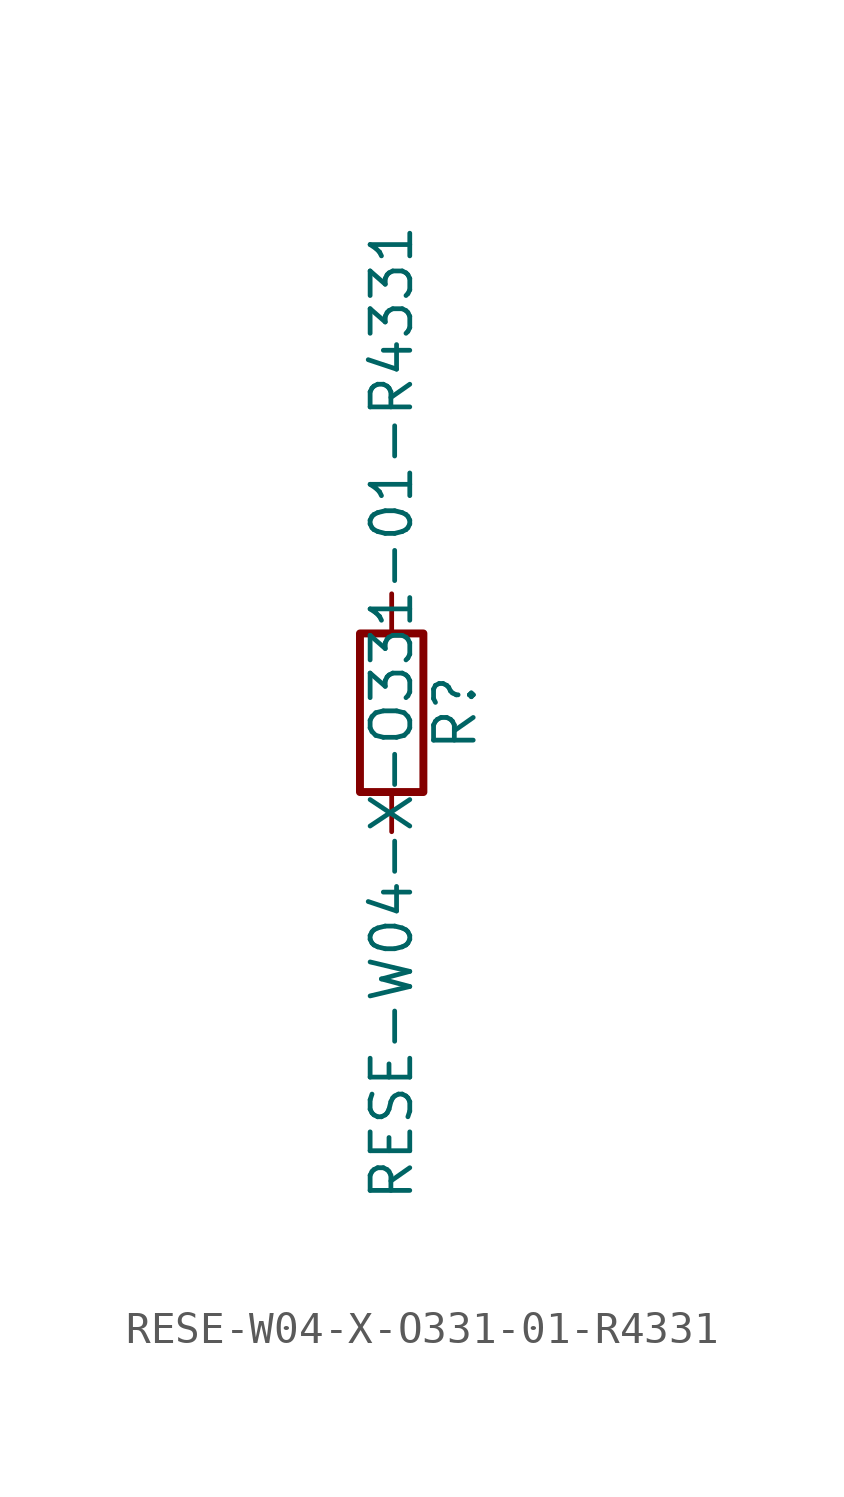
<source format=kicad_sym>
(kicad_symbol_lib
  (version 20211014)
  (generator kicad_symbol_editor)
  (symbol "RESE-W04-X-O331-01-R4331"
    (pin_numbers hide)
    (pin_names
      (offset 0))
    (property "Reference" "R"
      (at 2.032 0 90)
      (effects (font (size 1.27 1.27))))
    (property "Value" "RESE-W04-X-O331-01-R4331"
      (at 0 0 90)
      (effects (font (size 1.27 1.27))))
    (symbol "RESE-W04-X-O331-01-R4331_0_1"
      (rectangle (start -1.016 -2.54) (end 1.016 2.54) (stroke (width 0.254) (type default) (color 0 0 0 0)) (fill (type none))))
    (symbol "RESE-W04-X-O331-01-R4331_1_1"
      (pin passive line (at 0 3.81 270) (length 1.27) (name "~" (effects (font (size 1.27 1.27)))) (number "1" (effects (font (size 1.27 1.27)))))
      (pin passive line (at 0 -3.81 90) (length 1.27) (name "~" (effects (font (size 1.27 1.27)))) (number "2" (effects (font (size 1.27 1.27))))))))
</source>
